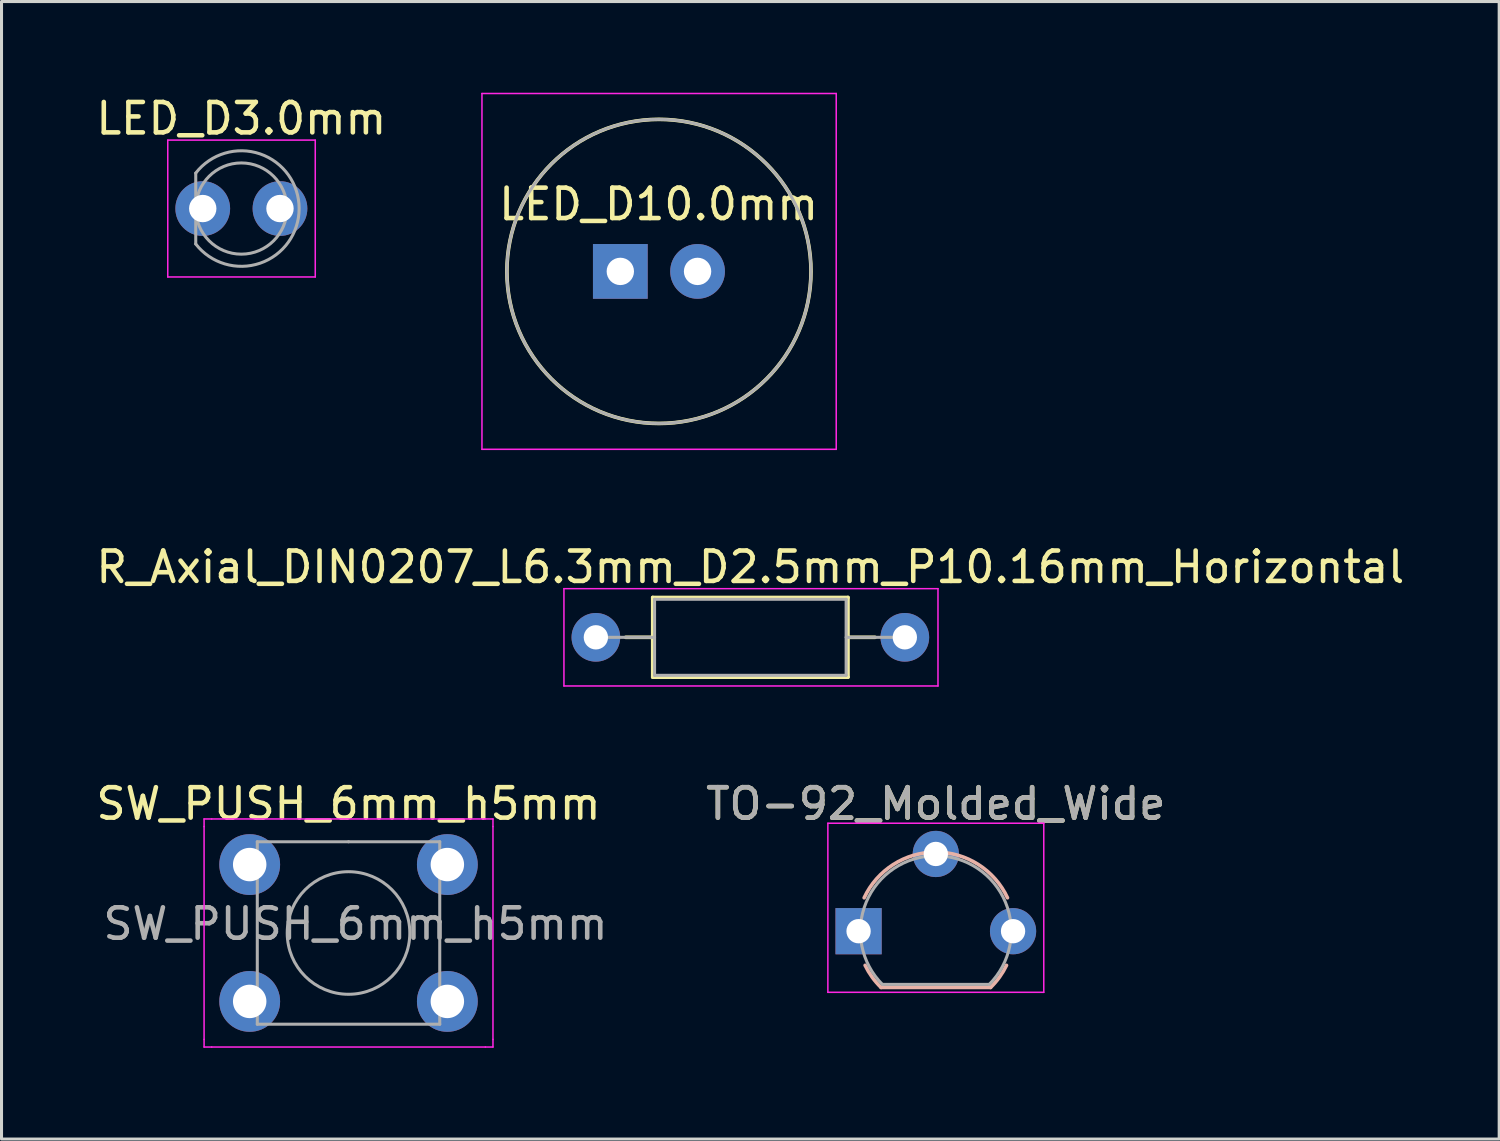
<source format=kicad_pcb>
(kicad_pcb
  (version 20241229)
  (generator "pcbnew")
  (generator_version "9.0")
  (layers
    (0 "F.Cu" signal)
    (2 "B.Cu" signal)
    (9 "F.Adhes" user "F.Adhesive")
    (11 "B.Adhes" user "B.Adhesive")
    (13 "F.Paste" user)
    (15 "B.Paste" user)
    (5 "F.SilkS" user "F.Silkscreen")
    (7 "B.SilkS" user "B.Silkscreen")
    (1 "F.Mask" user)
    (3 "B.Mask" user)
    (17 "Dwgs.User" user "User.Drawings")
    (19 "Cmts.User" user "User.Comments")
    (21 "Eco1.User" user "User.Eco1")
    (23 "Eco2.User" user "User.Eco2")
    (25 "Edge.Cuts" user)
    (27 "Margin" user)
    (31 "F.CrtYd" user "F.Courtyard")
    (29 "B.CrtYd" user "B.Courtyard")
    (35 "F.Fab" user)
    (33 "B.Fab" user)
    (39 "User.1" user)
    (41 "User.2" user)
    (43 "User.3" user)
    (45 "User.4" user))
  (footprint "R_Axial_DIN0207_L6.3mm_D2.5mm_P10.16mm_Horizontal"
    (layer "F.Cu")
    (at 16.545 17.908)
    (property "Reference" "R_Axial_DIN0207_L6.3mm_D2.5mm_P10.16mm_Horizontal" (at 5.08 -2.31 0) (layer "F.SilkS") (effects (font (size 1 1) (thickness 0.15))))
    (attr through_hole)
    (fp_line (start 0.98 0) (end 1.87 0) (stroke (width 0.12) (type solid)) (layer "F.SilkS"))
    (fp_line (start 1.87 -1.31) (end 1.87 1.31) (stroke (width 0.12) (type solid)) (layer "F.SilkS"))
    (fp_line (start 1.87 1.31) (end 8.29 1.31) (stroke (width 0.12) (type solid)) (layer "F.SilkS"))
    (fp_line (start 8.29 -1.31) (end 1.87 -1.31) (stroke (width 0.12) (type solid)) (layer "F.SilkS"))
    (fp_line (start 8.29 1.31) (end 8.29 -1.31) (stroke (width 0.12) (type solid)) (layer "F.SilkS"))
    (fp_line (start 9.18 0) (end 8.29 0) (stroke (width 0.12) (type solid)) (layer "F.SilkS"))
    (fp_line (start -1.05 -1.6) (end -1.05 1.6) (stroke (width 0.05) (type solid)) (layer "F.CrtYd"))
    (fp_line (start -1.05 1.6) (end 11.25 1.6) (stroke (width 0.05) (type solid)) (layer "F.CrtYd"))
    (fp_line (start 11.25 -1.6) (end -1.05 -1.6) (stroke (width 0.05) (type solid)) (layer "F.CrtYd"))
    (fp_line (start 11.25 1.6) (end 11.25 -1.6) (stroke (width 0.05) (type solid)) (layer "F.CrtYd"))
    (fp_line (start 0 0) (end 1.93 0) (stroke (width 0.1) (type solid)) (layer "F.Fab"))
    (fp_line (start 1.93 -1.25) (end 1.93 1.25) (stroke (width 0.1) (type solid)) (layer "F.Fab"))
    (fp_line (start 1.93 1.25) (end 8.23 1.25) (stroke (width 0.1) (type solid)) (layer "F.Fab"))
    (fp_line (start 8.23 -1.25) (end 1.93 -1.25) (stroke (width 0.1) (type solid)) (layer "F.Fab"))
    (fp_line (start 8.23 1.25) (end 8.23 -1.25) (stroke (width 0.1) (type solid)) (layer "F.Fab"))
    (fp_line (start 10.16 0) (end 8.23 0) (stroke (width 0.1) (type solid)) (layer "F.Fab"))
    (pad "1" thru_hole circle (at 0 0) (size 1.6 1.6) (drill 0.8) (layers "*.Cu" "F.Mask"))
    (pad "2" thru_hole oval (at 10.16 0) (size 1.6 1.6) (drill 0.8) (layers "*.Cu" "F.Mask")))
  (footprint "TO-92_Molded_Wide"
    (layer "F.Cu")
    (at 25.184 27.572)
    (property "Reference" "TO-92_Molded_Wide" (at 2.54 -4.19 180) (layer "F.SilkS") (effects (font (size 1 1) (thickness 0.15))))
    (attr through_hole)
    (fp_line (start 0.74 1.85) (end 4.34 1.85) (stroke (width 0.12) (type solid)) (layer "B.SilkS"))
    (fp_arc (start 0.1836 -1.098807) (mid 1.143021 -2.192817) (end 2.54 -2.6) (stroke (width 0.12) (type solid)) (layer "B.SilkS"))
    (fp_arc (start 0.74 1.85) (mid 0.446097 1.509328) (end 0.215816 1.122795) (stroke (width 0.12) (type solid)) (layer "B.SilkS"))
    (fp_arc (start 2.54 -2.6) (mid 3.936979 -2.192818) (end 4.8964 -1.098807) (stroke (width 0.12) (type solid)) (layer "B.SilkS"))
    (fp_arc (start 4.864184 1.122795) (mid 4.633903 1.509328) (end 4.34 1.85) (stroke (width 0.12) (type solid)) (layer "B.SilkS"))
    (fp_line (start -1.01 -3.55) (end -1.01 2.01) (stroke (width 0.05) (type solid)) (layer "F.CrtYd"))
    (fp_line (start -1.01 -3.55) (end 6.09 -3.55) (stroke (width 0.05) (type solid)) (layer "F.CrtYd"))
    (fp_line (start 6.09 2.01) (end -1.01 2.01) (stroke (width 0.05) (type solid)) (layer "F.CrtYd"))
    (fp_line (start 6.09 2.01) (end 6.09 -3.55) (stroke (width 0.05) (type solid)) (layer "F.CrtYd"))
    (fp_line (start 0.8 1.75) (end 4.3 1.75) (stroke (width 0.1) (type solid)) (layer "F.Fab"))
    (fp_arc (start 0.786375 1.753625) (mid 0.248779 -0.949055) (end 2.54 -2.48) (stroke (width 0.1) (type solid)) (layer "F.Fab"))
    (fp_arc (start 2.54 -2.48) (mid 4.831221 -0.949055) (end 4.293625 1.753625) (stroke (width 0.1) (type solid)) (layer "F.Fab"))
    (fp_text user "${REFERENCE}" (at 2.54 -4.19 180) (layer "F.Fab") (effects (font (size 1 1) (thickness 0.15))))
    (pad "1" thru_hole rect (at 0 0 90) (size 1.52 1.52) (drill 0.8) (layers "*.Cu" "B.Mask"))
    (pad "2" thru_hole circle (at 2.54 -2.54 90) (size 1.52 1.52) (drill 0.8) (layers "*.Cu" "*.Mask"))
    (pad "3" thru_hole circle (at 5.08 0 90) (size 1.52 1.52) (drill 0.8) (layers "*.Cu" "*.Mask")))
  (footprint "SW_PUSH_6mm_h5mm"
    (layer "F.Cu")
    (at 5.161 25.381)
    (property "Reference" "SW_PUSH_6mm_h5mm" (at 3.25 -2 0) (layer "F.SilkS") (effects (font (size 1 1) (thickness 0.15))))
    (attr through_hole)
    (fp_line (start -1.5 -1.5) (end -1.25 -1.5) (stroke (width 0.05) (type solid)) (layer "F.CrtYd"))
    (fp_line (start -1.5 -1.25) (end -1.5 -1.5) (stroke (width 0.05) (type solid)) (layer "F.CrtYd"))
    (fp_line (start -1.5 5.75) (end -1.5 -1.25) (stroke (width 0.05) (type solid)) (layer "F.CrtYd"))
    (fp_line (start -1.5 5.75) (end -1.5 6) (stroke (width 0.05) (type solid)) (layer "F.CrtYd"))
    (fp_line (start -1.5 6) (end -1.25 6) (stroke (width 0.05) (type solid)) (layer "F.CrtYd"))
    (fp_line (start -1.25 -1.5) (end 7.75 -1.5) (stroke (width 0.05) (type solid)) (layer "F.CrtYd"))
    (fp_line (start 7.75 -1.5) (end 8 -1.5) (stroke (width 0.05) (type solid)) (layer "F.CrtYd"))
    (fp_line (start 7.75 6) (end -1.25 6) (stroke (width 0.05) (type solid)) (layer "F.CrtYd"))
    (fp_line (start 7.75 6) (end 8 6) (stroke (width 0.05) (type solid)) (layer "F.CrtYd"))
    (fp_line (start 8 -1.5) (end 8 -1.25) (stroke (width 0.05) (type solid)) (layer "F.CrtYd"))
    (fp_line (start 8 -1.25) (end 8 5.75) (stroke (width 0.05) (type solid)) (layer "F.CrtYd"))
    (fp_line (start 8 6) (end 8 5.75) (stroke (width 0.05) (type solid)) (layer "F.CrtYd"))
    (fp_line (start 0.25 -0.75) (end 3.25 -0.75) (stroke (width 0.1) (type solid)) (layer "F.Fab"))
    (fp_line (start 0.25 5.25) (end 0.25 -0.75) (stroke (width 0.1) (type solid)) (layer "F.Fab"))
    (fp_line (start 3.25 -0.75) (end 6.25 -0.75) (stroke (width 0.1) (type solid)) (layer "F.Fab"))
    (fp_line (start 6.25 -0.75) (end 6.25 5.25) (stroke (width 0.1) (type solid)) (layer "F.Fab"))
    (fp_line (start 6.25 5.25) (end 0.25 5.25) (stroke (width 0.1) (type solid)) (layer "F.Fab"))
    (fp_circle (center 3.25 2.25) (end 1.25 2.5) (stroke (width 0.1) (type solid)) (fill no) (layer "F.Fab"))
    (fp_text user "${REFERENCE}" (at 3.48 1.95 0) (layer "F.Fab") (effects (font (size 1 1) (thickness 0.15))))
    (pad "1" thru_hole circle (at 0 0 90) (size 2 2) (drill 1.1) (layers "*.Cu" "B.Mask"))
    (pad "1" thru_hole circle (at 6.5 0 90) (size 2 2) (drill 1.1) (layers "*.Cu" "B.Mask"))
    (pad "2" thru_hole circle (at 0 4.5 90) (size 2 2) (drill 1.1) (layers "*.Cu" "B.Mask"))
    (pad "2" thru_hole circle (at 6.5 4.5 90) (size 2 2) (drill 1.1) (layers "*.Cu" "B.Mask")))
  (footprint "LED_D10.0mm"
    (layer "F.Cu")
    (at 17.349 5.875)
    (property "Reference" "LED_D10.0mm" (at 1.26 -2.21 0) (layer "F.SilkS") (effects (font (size 1 1) (thickness 0.15))))
    (attr through_hole)
    (fp_circle (center 1.27 0) (end 6.27 0) (stroke (width 0.12) (type solid)) (fill no) (layer "F.SilkS"))
    (fp_line (start -4.55 -5.85) (end -4.55 5.85) (stroke (width 0.05) (type solid)) (layer "F.CrtYd"))
    (fp_line (start -4.55 5.85) (end 7.1 5.85) (stroke (width 0.05) (type solid)) (layer "F.CrtYd"))
    (fp_line (start 7.1 -5.85) (end -4.55 -5.85) (stroke (width 0.05) (type solid)) (layer "F.CrtYd"))
    (fp_line (start 7.1 5.85) (end 7.1 -5.85) (stroke (width 0.05) (type solid)) (layer "F.CrtYd"))
    (fp_circle (center 1.27 0) (end 6.27 0) (stroke (width 0.1) (type solid)) (fill no) (layer "F.Fab"))
    (pad "1" thru_hole rect (at 0 0) (size 1.8 1.8) (drill 0.9) (layers "*.Cu" "F.Mask"))
    (pad "2" thru_hole circle (at 2.54 0) (size 1.8 1.8) (drill 0.9) (layers "*.Cu" "F.Mask")))
  (footprint "LED_D3.0mm"
    (layer "F.Cu")
    (at 3.617 3.808)
    (property "Reference" "LED_D3.0mm" (at 1.27 -2.96 0) (layer "F.SilkS") (effects (font (size 1 1) (thickness 0.15))))
    (attr through_hole)
    (fp_line (start -1.15 -2.25) (end -1.15 2.25) (stroke (width 0.05) (type solid)) (layer "F.CrtYd"))
    (fp_line (start -1.15 2.25) (end 3.7 2.25) (stroke (width 0.05) (type solid)) (layer "F.CrtYd"))
    (fp_line (start 3.7 -2.25) (end -1.15 -2.25) (stroke (width 0.05) (type solid)) (layer "F.CrtYd"))
    (fp_line (start 3.7 2.25) (end 3.7 -2.25) (stroke (width 0.05) (type solid)) (layer "F.CrtYd"))
    (fp_line (start -0.23 -1.166) (end -0.23 1.166) (stroke (width 0.1) (type solid)) (layer "F.Fab"))
    (fp_arc (start -0.23 -1.16619) (mid 3.17 0.000452) (end -0.230555 1.165476) (stroke (width 0.1) (type solid)) (layer "F.Fab"))
    (fp_circle (center 1.27 0) (end 2.77 0) (stroke (width 0.1) (type solid)) (fill no) (layer "F.Fab"))
    (pad "1" thru_hole circle (at 0 0) (size 1.8 1.8) (drill 0.9) (layers "*.Cu" "*.Mask"))
    (pad "2" thru_hole circle (at 2.54 0) (size 1.8 1.8) (drill 0.9) (layers "*.Cu" "*.Mask")))
  (gr_rect
    (start -3 -3)
    (end 46.25 34.407)
    (stroke (width 0.1) (type default))
    (fill no)
    (layer "Edge.Cuts")))
</source>
